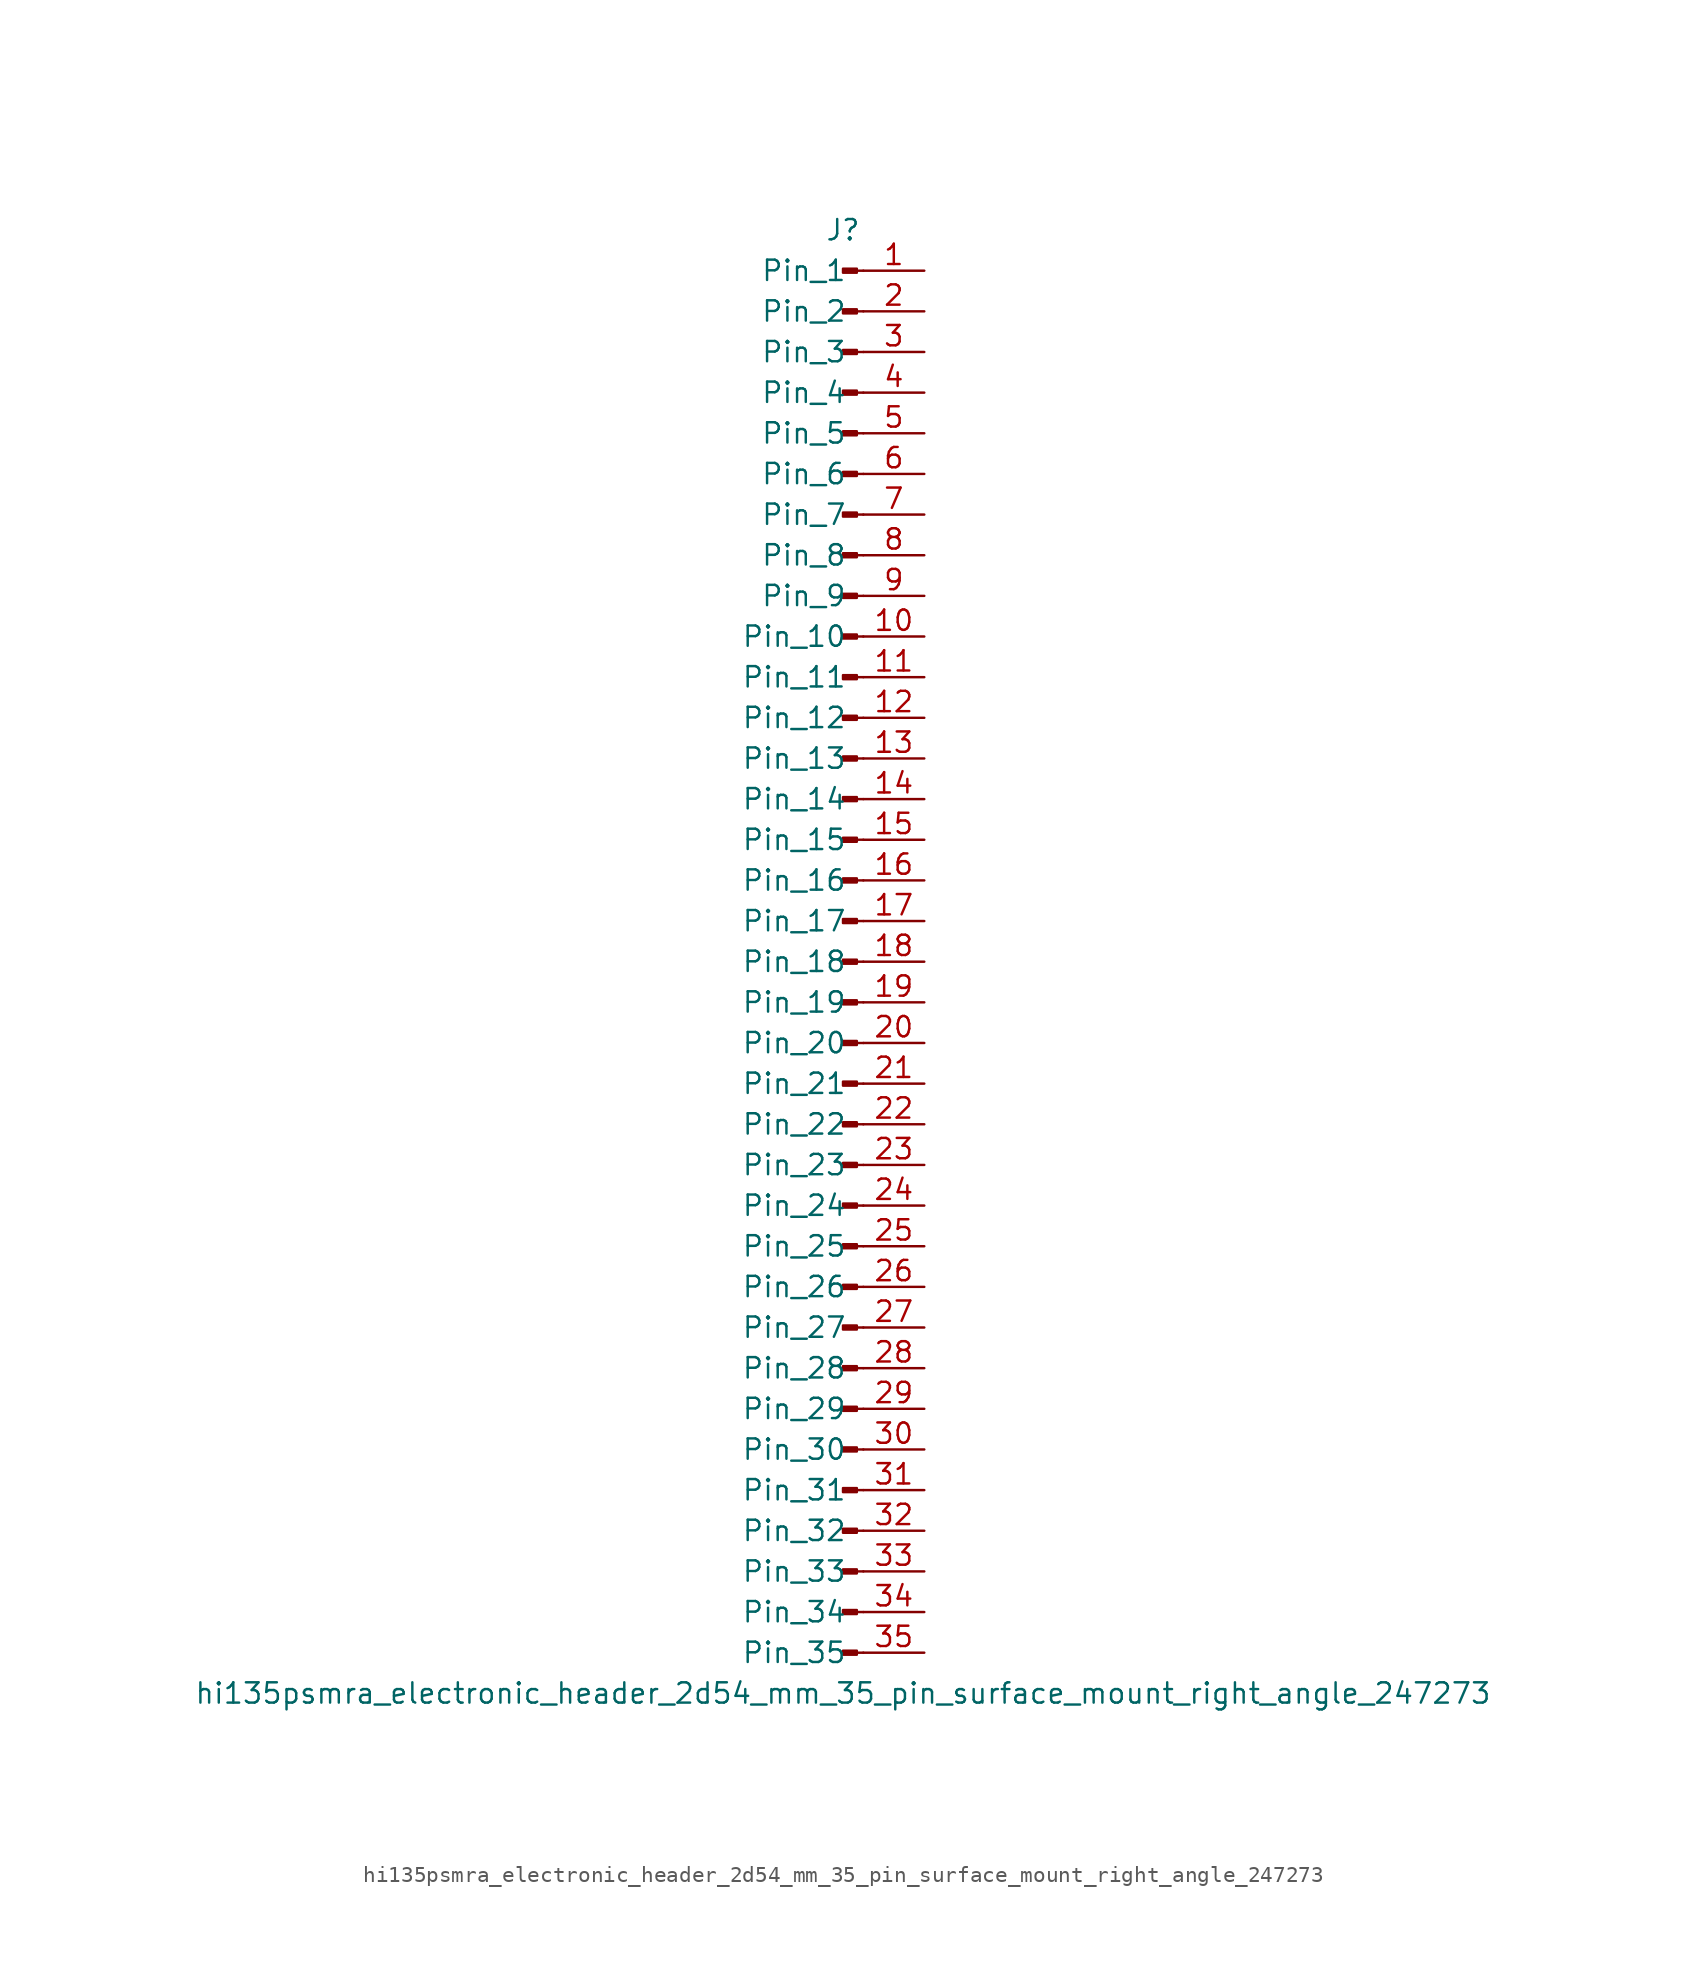
<source format=kicad_sym>
(kicad_symbol_lib
  (version 20220914)
  (generator kicad_symbol_editor)
  (symbol "hi135psmra_electronic_header_2d54_mm_35_pin_surface_mount_right_angle_247273"
    (pin_names
      (offset 1.016))
    (property "Reference" "J"
      (at 0 45.72 0)
      (effects (font (size 1.27 1.27))))
    (property "Value" "hi135psmra_electronic_header_2d54_mm_35_pin_surface_mount_right_angle_247273"
      (at 0 -45.72 0)
      (effects (font (size 1.27 1.27))))
    (property "ki_locked" ""
      (at 0 0 0)
      (effects (font (size 1.27 1.27))))
    (symbol "hi135psmra_electronic_header_2d54_mm_35_pin_surface_mount_right_angle_247273_1_1"
      (polyline (pts (xy 1.27 -43.18) (xy 0.864 -43.18)) (stroke (width 0.152) (type default)) (fill (type none)))
      (polyline (pts (xy 1.27 -40.64) (xy 0.864 -40.64)) (stroke (width 0.152) (type default)) (fill (type none)))
      (polyline (pts (xy 1.27 -38.1) (xy 0.864 -38.1)) (stroke (width 0.152) (type default)) (fill (type none)))
      (polyline (pts (xy 1.27 -35.56) (xy 0.864 -35.56)) (stroke (width 0.152) (type default)) (fill (type none)))
      (polyline (pts (xy 1.27 -33.02) (xy 0.864 -33.02)) (stroke (width 0.152) (type default)) (fill (type none)))
      (polyline (pts (xy 1.27 -30.48) (xy 0.864 -30.48)) (stroke (width 0.152) (type default)) (fill (type none)))
      (polyline (pts (xy 1.27 -27.94) (xy 0.864 -27.94)) (stroke (width 0.152) (type default)) (fill (type none)))
      (polyline (pts (xy 1.27 -25.4) (xy 0.864 -25.4)) (stroke (width 0.152) (type default)) (fill (type none)))
      (polyline (pts (xy 1.27 -22.86) (xy 0.864 -22.86)) (stroke (width 0.152) (type default)) (fill (type none)))
      (polyline (pts (xy 1.27 -20.32) (xy 0.864 -20.32)) (stroke (width 0.152) (type default)) (fill (type none)))
      (polyline (pts (xy 1.27 -17.78) (xy 0.864 -17.78)) (stroke (width 0.152) (type default)) (fill (type none)))
      (polyline (pts (xy 1.27 -15.24) (xy 0.864 -15.24)) (stroke (width 0.152) (type default)) (fill (type none)))
      (polyline (pts (xy 1.27 -12.7) (xy 0.864 -12.7)) (stroke (width 0.152) (type default)) (fill (type none)))
      (polyline (pts (xy 1.27 -10.16) (xy 0.864 -10.16)) (stroke (width 0.152) (type default)) (fill (type none)))
      (polyline (pts (xy 1.27 -7.62) (xy 0.864 -7.62)) (stroke (width 0.152) (type default)) (fill (type none)))
      (polyline (pts (xy 1.27 -5.08) (xy 0.864 -5.08)) (stroke (width 0.152) (type default)) (fill (type none)))
      (polyline (pts (xy 1.27 -2.54) (xy 0.864 -2.54)) (stroke (width 0.152) (type default)) (fill (type none)))
      (polyline (pts (xy 1.27 0) (xy 0.864 0)) (stroke (width 0.152) (type default)) (fill (type none)))
      (polyline (pts (xy 1.27 2.54) (xy 0.864 2.54)) (stroke (width 0.152) (type default)) (fill (type none)))
      (polyline (pts (xy 1.27 5.08) (xy 0.864 5.08)) (stroke (width 0.152) (type default)) (fill (type none)))
      (polyline (pts (xy 1.27 7.62) (xy 0.864 7.62)) (stroke (width 0.152) (type default)) (fill (type none)))
      (polyline (pts (xy 1.27 10.16) (xy 0.864 10.16)) (stroke (width 0.152) (type default)) (fill (type none)))
      (polyline (pts (xy 1.27 12.7) (xy 0.864 12.7)) (stroke (width 0.152) (type default)) (fill (type none)))
      (polyline (pts (xy 1.27 15.24) (xy 0.864 15.24)) (stroke (width 0.152) (type default)) (fill (type none)))
      (polyline (pts (xy 1.27 17.78) (xy 0.864 17.78)) (stroke (width 0.152) (type default)) (fill (type none)))
      (polyline (pts (xy 1.27 20.32) (xy 0.864 20.32)) (stroke (width 0.152) (type default)) (fill (type none)))
      (polyline (pts (xy 1.27 22.86) (xy 0.864 22.86)) (stroke (width 0.152) (type default)) (fill (type none)))
      (polyline (pts (xy 1.27 25.4) (xy 0.864 25.4)) (stroke (width 0.152) (type default)) (fill (type none)))
      (polyline (pts (xy 1.27 27.94) (xy 0.864 27.94)) (stroke (width 0.152) (type default)) (fill (type none)))
      (polyline (pts (xy 1.27 30.48) (xy 0.864 30.48)) (stroke (width 0.152) (type default)) (fill (type none)))
      (polyline (pts (xy 1.27 33.02) (xy 0.864 33.02)) (stroke (width 0.152) (type default)) (fill (type none)))
      (polyline (pts (xy 1.27 35.56) (xy 0.864 35.56)) (stroke (width 0.152) (type default)) (fill (type none)))
      (polyline (pts (xy 1.27 38.1) (xy 0.864 38.1)) (stroke (width 0.152) (type default)) (fill (type none)))
      (polyline (pts (xy 1.27 40.64) (xy 0.864 40.64)) (stroke (width 0.152) (type default)) (fill (type none)))
      (polyline (pts (xy 1.27 43.18) (xy 0.864 43.18)) (stroke (width 0.152) (type default)) (fill (type none)))
      (rectangle (start 0.864 -43.053) (end 0 -43.307) (stroke (width 0.152) (type default)) (fill (type outline)))
      (rectangle (start 0.864 -40.513) (end 0 -40.767) (stroke (width 0.152) (type default)) (fill (type outline)))
      (rectangle (start 0.864 -37.973) (end 0 -38.227) (stroke (width 0.152) (type default)) (fill (type outline)))
      (rectangle (start 0.864 -35.433) (end 0 -35.687) (stroke (width 0.152) (type default)) (fill (type outline)))
      (rectangle (start 0.864 -32.893) (end 0 -33.147) (stroke (width 0.152) (type default)) (fill (type outline)))
      (rectangle (start 0.864 -30.353) (end 0 -30.607) (stroke (width 0.152) (type default)) (fill (type outline)))
      (rectangle (start 0.864 -27.813) (end 0 -28.067) (stroke (width 0.152) (type default)) (fill (type outline)))
      (rectangle (start 0.864 -25.273) (end 0 -25.527) (stroke (width 0.152) (type default)) (fill (type outline)))
      (rectangle (start 0.864 -22.733) (end 0 -22.987) (stroke (width 0.152) (type default)) (fill (type outline)))
      (rectangle (start 0.864 -20.193) (end 0 -20.447) (stroke (width 0.152) (type default)) (fill (type outline)))
      (rectangle (start 0.864 -17.653) (end 0 -17.907) (stroke (width 0.152) (type default)) (fill (type outline)))
      (rectangle (start 0.864 -15.113) (end 0 -15.367) (stroke (width 0.152) (type default)) (fill (type outline)))
      (rectangle (start 0.864 -12.573) (end 0 -12.827) (stroke (width 0.152) (type default)) (fill (type outline)))
      (rectangle (start 0.864 -10.033) (end 0 -10.287) (stroke (width 0.152) (type default)) (fill (type outline)))
      (rectangle (start 0.864 -7.493) (end 0 -7.747) (stroke (width 0.152) (type default)) (fill (type outline)))
      (rectangle (start 0.864 -4.953) (end 0 -5.207) (stroke (width 0.152) (type default)) (fill (type outline)))
      (rectangle (start 0.864 -2.413) (end 0 -2.667) (stroke (width 0.152) (type default)) (fill (type outline)))
      (rectangle (start 0.864 0.127) (end 0 -0.127) (stroke (width 0.152) (type default)) (fill (type outline)))
      (rectangle (start 0.864 2.667) (end 0 2.413) (stroke (width 0.152) (type default)) (fill (type outline)))
      (rectangle (start 0.864 5.207) (end 0 4.953) (stroke (width 0.152) (type default)) (fill (type outline)))
      (rectangle (start 0.864 7.747) (end 0 7.493) (stroke (width 0.152) (type default)) (fill (type outline)))
      (rectangle (start 0.864 10.287) (end 0 10.033) (stroke (width 0.152) (type default)) (fill (type outline)))
      (rectangle (start 0.864 12.827) (end 0 12.573) (stroke (width 0.152) (type default)) (fill (type outline)))
      (rectangle (start 0.864 15.367) (end 0 15.113) (stroke (width 0.152) (type default)) (fill (type outline)))
      (rectangle (start 0.864 17.907) (end 0 17.653) (stroke (width 0.152) (type default)) (fill (type outline)))
      (rectangle (start 0.864 20.447) (end 0 20.193) (stroke (width 0.152) (type default)) (fill (type outline)))
      (rectangle (start 0.864 22.987) (end 0 22.733) (stroke (width 0.152) (type default)) (fill (type outline)))
      (rectangle (start 0.864 25.527) (end 0 25.273) (stroke (width 0.152) (type default)) (fill (type outline)))
      (rectangle (start 0.864 28.067) (end 0 27.813) (stroke (width 0.152) (type default)) (fill (type outline)))
      (rectangle (start 0.864 30.607) (end 0 30.353) (stroke (width 0.152) (type default)) (fill (type outline)))
      (rectangle (start 0.864 33.147) (end 0 32.893) (stroke (width 0.152) (type default)) (fill (type outline)))
      (rectangle (start 0.864 35.687) (end 0 35.433) (stroke (width 0.152) (type default)) (fill (type outline)))
      (rectangle (start 0.864 38.227) (end 0 37.973) (stroke (width 0.152) (type default)) (fill (type outline)))
      (rectangle (start 0.864 40.767) (end 0 40.513) (stroke (width 0.152) (type default)) (fill (type outline)))
      (rectangle (start 0.864 43.307) (end 0 43.053) (stroke (width 0.152) (type default)) (fill (type outline)))
      (pin passive line (at 5.08 43.18 180) (length 3.81) (name "Pin_1" (effects (font (size 1.27 1.27)))) (number "1" (effects (font (size 1.27 1.27)))))
      (pin passive line (at 5.08 20.32 180) (length 3.81) (name "Pin_10" (effects (font (size 1.27 1.27)))) (number "10" (effects (font (size 1.27 1.27)))))
      (pin passive line (at 5.08 17.78 180) (length 3.81) (name "Pin_11" (effects (font (size 1.27 1.27)))) (number "11" (effects (font (size 1.27 1.27)))))
      (pin passive line (at 5.08 15.24 180) (length 3.81) (name "Pin_12" (effects (font (size 1.27 1.27)))) (number "12" (effects (font (size 1.27 1.27)))))
      (pin passive line (at 5.08 12.7 180) (length 3.81) (name "Pin_13" (effects (font (size 1.27 1.27)))) (number "13" (effects (font (size 1.27 1.27)))))
      (pin passive line (at 5.08 10.16 180) (length 3.81) (name "Pin_14" (effects (font (size 1.27 1.27)))) (number "14" (effects (font (size 1.27 1.27)))))
      (pin passive line (at 5.08 7.62 180) (length 3.81) (name "Pin_15" (effects (font (size 1.27 1.27)))) (number "15" (effects (font (size 1.27 1.27)))))
      (pin passive line (at 5.08 5.08 180) (length 3.81) (name "Pin_16" (effects (font (size 1.27 1.27)))) (number "16" (effects (font (size 1.27 1.27)))))
      (pin passive line (at 5.08 2.54 180) (length 3.81) (name "Pin_17" (effects (font (size 1.27 1.27)))) (number "17" (effects (font (size 1.27 1.27)))))
      (pin passive line (at 5.08 0 180) (length 3.81) (name "Pin_18" (effects (font (size 1.27 1.27)))) (number "18" (effects (font (size 1.27 1.27)))))
      (pin passive line (at 5.08 -2.54 180) (length 3.81) (name "Pin_19" (effects (font (size 1.27 1.27)))) (number "19" (effects (font (size 1.27 1.27)))))
      (pin passive line (at 5.08 40.64 180) (length 3.81) (name "Pin_2" (effects (font (size 1.27 1.27)))) (number "2" (effects (font (size 1.27 1.27)))))
      (pin passive line (at 5.08 -5.08 180) (length 3.81) (name "Pin_20" (effects (font (size 1.27 1.27)))) (number "20" (effects (font (size 1.27 1.27)))))
      (pin passive line (at 5.08 -7.62 180) (length 3.81) (name "Pin_21" (effects (font (size 1.27 1.27)))) (number "21" (effects (font (size 1.27 1.27)))))
      (pin passive line (at 5.08 -10.16 180) (length 3.81) (name "Pin_22" (effects (font (size 1.27 1.27)))) (number "22" (effects (font (size 1.27 1.27)))))
      (pin passive line (at 5.08 -12.7 180) (length 3.81) (name "Pin_23" (effects (font (size 1.27 1.27)))) (number "23" (effects (font (size 1.27 1.27)))))
      (pin passive line (at 5.08 -15.24 180) (length 3.81) (name "Pin_24" (effects (font (size 1.27 1.27)))) (number "24" (effects (font (size 1.27 1.27)))))
      (pin passive line (at 5.08 -17.78 180) (length 3.81) (name "Pin_25" (effects (font (size 1.27 1.27)))) (number "25" (effects (font (size 1.27 1.27)))))
      (pin passive line (at 5.08 -20.32 180) (length 3.81) (name "Pin_26" (effects (font (size 1.27 1.27)))) (number "26" (effects (font (size 1.27 1.27)))))
      (pin passive line (at 5.08 -22.86 180) (length 3.81) (name "Pin_27" (effects (font (size 1.27 1.27)))) (number "27" (effects (font (size 1.27 1.27)))))
      (pin passive line (at 5.08 -25.4 180) (length 3.81) (name "Pin_28" (effects (font (size 1.27 1.27)))) (number "28" (effects (font (size 1.27 1.27)))))
      (pin passive line (at 5.08 -27.94 180) (length 3.81) (name "Pin_29" (effects (font (size 1.27 1.27)))) (number "29" (effects (font (size 1.27 1.27)))))
      (pin passive line (at 5.08 38.1 180) (length 3.81) (name "Pin_3" (effects (font (size 1.27 1.27)))) (number "3" (effects (font (size 1.27 1.27)))))
      (pin passive line (at 5.08 -30.48 180) (length 3.81) (name "Pin_30" (effects (font (size 1.27 1.27)))) (number "30" (effects (font (size 1.27 1.27)))))
      (pin passive line (at 5.08 -33.02 180) (length 3.81) (name "Pin_31" (effects (font (size 1.27 1.27)))) (number "31" (effects (font (size 1.27 1.27)))))
      (pin passive line (at 5.08 -35.56 180) (length 3.81) (name "Pin_32" (effects (font (size 1.27 1.27)))) (number "32" (effects (font (size 1.27 1.27)))))
      (pin passive line (at 5.08 -38.1 180) (length 3.81) (name "Pin_33" (effects (font (size 1.27 1.27)))) (number "33" (effects (font (size 1.27 1.27)))))
      (pin passive line (at 5.08 -40.64 180) (length 3.81) (name "Pin_34" (effects (font (size 1.27 1.27)))) (number "34" (effects (font (size 1.27 1.27)))))
      (pin passive line (at 5.08 -43.18 180) (length 3.81) (name "Pin_35" (effects (font (size 1.27 1.27)))) (number "35" (effects (font (size 1.27 1.27)))))
      (pin passive line (at 5.08 35.56 180) (length 3.81) (name "Pin_4" (effects (font (size 1.27 1.27)))) (number "4" (effects (font (size 1.27 1.27)))))
      (pin passive line (at 5.08 33.02 180) (length 3.81) (name "Pin_5" (effects (font (size 1.27 1.27)))) (number "5" (effects (font (size 1.27 1.27)))))
      (pin passive line (at 5.08 30.48 180) (length 3.81) (name "Pin_6" (effects (font (size 1.27 1.27)))) (number "6" (effects (font (size 1.27 1.27)))))
      (pin passive line (at 5.08 27.94 180) (length 3.81) (name "Pin_7" (effects (font (size 1.27 1.27)))) (number "7" (effects (font (size 1.27 1.27)))))
      (pin passive line (at 5.08 25.4 180) (length 3.81) (name "Pin_8" (effects (font (size 1.27 1.27)))) (number "8" (effects (font (size 1.27 1.27)))))
      (pin passive line (at 5.08 22.86 180) (length 3.81) (name "Pin_9" (effects (font (size 1.27 1.27)))) (number "9" (effects (font (size 1.27 1.27))))))))
</source>
